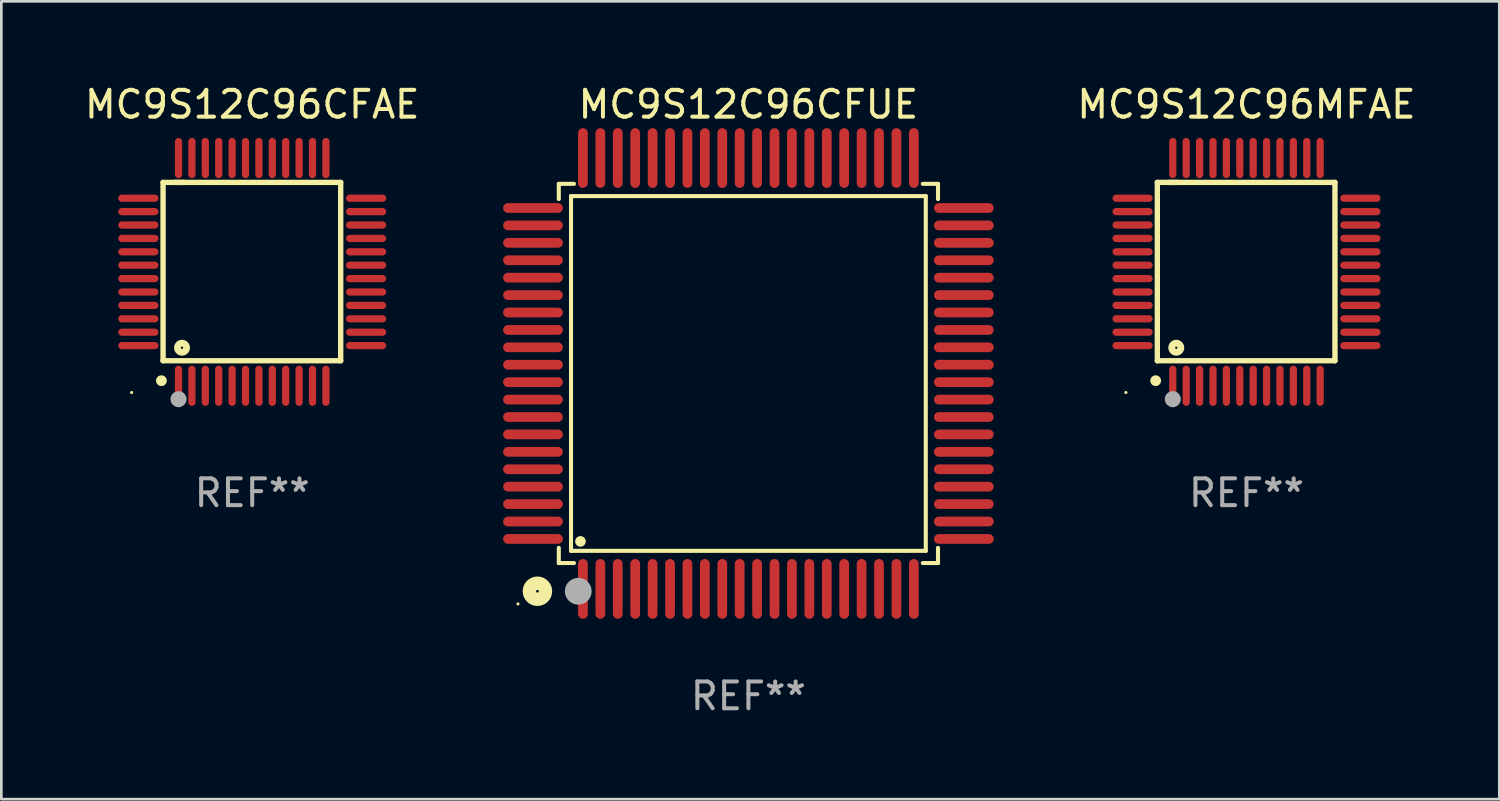
<source format=kicad_pcb>
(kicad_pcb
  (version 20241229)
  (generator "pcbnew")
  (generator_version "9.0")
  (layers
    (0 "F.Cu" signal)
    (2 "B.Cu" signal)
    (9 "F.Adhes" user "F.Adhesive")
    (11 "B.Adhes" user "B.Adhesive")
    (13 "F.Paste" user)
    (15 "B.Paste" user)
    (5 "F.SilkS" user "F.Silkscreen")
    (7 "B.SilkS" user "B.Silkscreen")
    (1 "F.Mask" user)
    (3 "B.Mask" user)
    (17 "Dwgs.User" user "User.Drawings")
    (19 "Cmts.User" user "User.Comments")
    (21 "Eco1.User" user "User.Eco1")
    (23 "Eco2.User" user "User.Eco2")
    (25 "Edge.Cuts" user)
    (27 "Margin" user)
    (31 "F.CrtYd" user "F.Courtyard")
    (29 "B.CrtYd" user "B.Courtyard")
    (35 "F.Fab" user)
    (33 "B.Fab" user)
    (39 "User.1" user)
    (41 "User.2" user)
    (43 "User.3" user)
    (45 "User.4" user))
  (footprint "MC9S12C96CFAE"
    (layer "F.Cu")
    (at 6.363 7.098)
    (property "Reference" "MC9S12C96CFAE" (at 0 -6.25 0) (layer "F.SilkS") (effects (font (size 1 1) (thickness 0.15))))
    (attr through_hole)
    (fp_line (start -3.327 -3.34) (end -2.565 -3.34) (stroke (width 0.2) (type solid)) (layer "F.SilkS"))
    (fp_line (start -3.327 3.315) (end -3.327 -3.34) (stroke (width 0.2) (type solid)) (layer "F.SilkS"))
    (fp_line (start -2.896 -3.34) (end 3.302 -3.34) (stroke (width 0.2) (type solid)) (layer "F.SilkS"))
    (fp_line (start 3.302 -3.34) (end 3.302 3.315) (stroke (width 0.2) (type solid)) (layer "F.SilkS"))
    (fp_line (start 3.302 3.315) (end -3.327 3.315) (stroke (width 0.2) (type solid)) (layer "F.SilkS"))
    (fp_arc (start -3.389992 4.059995) (mid -3.388722 4.059991) (end -3.387452 4.059995) (stroke (width 0.4) (type solid)) (layer "F.SilkS"))
    (fp_circle (center -4.5 4.5) (end -4.47 4.5) (stroke (width 0.06) (type solid)) (fill no) (layer "F.SilkS"))
    (fp_circle (center -2.62 2.83) (end -2.45 2.83) (stroke (width 0.254) (type solid)) (fill no) (layer "F.SilkS"))
    (fp_circle (center -2.75 4.75) (end -2.6 4.75) (stroke (width 0.3) (type solid)) (fill no) (layer "F.Fab"))
    (fp_text user "REF**" (at 0 8.25 0) (layer "F.Fab") (effects (font (size 1 1) (thickness 0.15))))
    (pad "1" smd oval (at -2.75 4.25) (size 0.27 1.5) (layers "F.Cu" "F.Mask" "F.Paste"))
    (pad "2" smd oval (at -2.25 4.25) (size 0.27 1.5) (layers "F.Cu" "F.Mask" "F.Paste"))
    (pad "3" smd oval (at -1.75 4.25) (size 0.27 1.5) (layers "F.Cu" "F.Mask" "F.Paste"))
    (pad "4" smd oval (at -1.25 4.25) (size 0.27 1.5) (layers "F.Cu" "F.Mask" "F.Paste"))
    (pad "5" smd oval (at -0.75 4.25) (size 0.27 1.5) (layers "F.Cu" "F.Mask" "F.Paste"))
    (pad "6" smd oval (at -0.25 4.25) (size 0.27 1.5) (layers "F.Cu" "F.Mask" "F.Paste"))
    (pad "7" smd oval (at 0.25 4.25) (size 0.27 1.5) (layers "F.Cu" "F.Mask" "F.Paste"))
    (pad "8" smd oval (at 0.75 4.25) (size 0.27 1.5) (layers "F.Cu" "F.Mask" "F.Paste"))
    (pad "9" smd oval (at 1.25 4.25) (size 0.27 1.5) (layers "F.Cu" "F.Mask" "F.Paste"))
    (pad "10" smd oval (at 1.75 4.25) (size 0.27 1.5) (layers "F.Cu" "F.Mask" "F.Paste"))
    (pad "11" smd oval (at 2.25 4.25) (size 0.27 1.5) (layers "F.Cu" "F.Mask" "F.Paste"))
    (pad "12" smd oval (at 2.75 4.25) (size 0.27 1.5) (layers "F.Cu" "F.Mask" "F.Paste"))
    (pad "13" smd oval (at 4.25 2.75) (size 1.5 0.27) (layers "F.Cu" "F.Mask" "F.Paste"))
    (pad "14" smd oval (at 4.25 2.25) (size 1.5 0.27) (layers "F.Cu" "F.Mask" "F.Paste"))
    (pad "15" smd oval (at 4.25 1.75) (size 1.5 0.27) (layers "F.Cu" "F.Mask" "F.Paste"))
    (pad "16" smd oval (at 4.25 1.25) (size 1.5 0.27) (layers "F.Cu" "F.Mask" "F.Paste"))
    (pad "17" smd oval (at 4.25 0.75) (size 1.5 0.27) (layers "F.Cu" "F.Mask" "F.Paste"))
    (pad "18" smd oval (at 4.25 0.25) (size 1.5 0.27) (layers "F.Cu" "F.Mask" "F.Paste"))
    (pad "19" smd oval (at 4.25 -0.25) (size 1.5 0.27) (layers "F.Cu" "F.Mask" "F.Paste"))
    (pad "20" smd oval (at 4.25 -0.75) (size 1.5 0.27) (layers "F.Cu" "F.Mask" "F.Paste"))
    (pad "21" smd oval (at 4.25 -1.25) (size 1.5 0.27) (layers "F.Cu" "F.Mask" "F.Paste"))
    (pad "22" smd oval (at 4.25 -1.75) (size 1.5 0.27) (layers "F.Cu" "F.Mask" "F.Paste"))
    (pad "23" smd oval (at 4.25 -2.25) (size 1.5 0.27) (layers "F.Cu" "F.Mask" "F.Paste"))
    (pad "24" smd oval (at 4.25 -2.75) (size 1.5 0.27) (layers "F.Cu" "F.Mask" "F.Paste"))
    (pad "25" smd oval (at 2.75 -4.25) (size 0.27 1.5) (layers "F.Cu" "F.Mask" "F.Paste"))
    (pad "26" smd oval (at 2.25 -4.25) (size 0.27 1.5) (layers "F.Cu" "F.Mask" "F.Paste"))
    (pad "27" smd oval (at 1.75 -4.25) (size 0.27 1.5) (layers "F.Cu" "F.Mask" "F.Paste"))
    (pad "28" smd oval (at 1.25 -4.25) (size 0.27 1.5) (layers "F.Cu" "F.Mask" "F.Paste"))
    (pad "29" smd oval (at 0.75 -4.25) (size 0.27 1.5) (layers "F.Cu" "F.Mask" "F.Paste"))
    (pad "30" smd oval (at 0.25 -4.25) (size 0.27 1.5) (layers "F.Cu" "F.Mask" "F.Paste"))
    (pad "31" smd oval (at -0.25 -4.25) (size 0.27 1.5) (layers "F.Cu" "F.Mask" "F.Paste"))
    (pad "32" smd oval (at -0.75 -4.25) (size 0.27 1.5) (layers "F.Cu" "F.Mask" "F.Paste"))
    (pad "33" smd oval (at -1.25 -4.25) (size 0.27 1.5) (layers "F.Cu" "F.Mask" "F.Paste"))
    (pad "34" smd oval (at -1.75 -4.25) (size 0.27 1.5) (layers "F.Cu" "F.Mask" "F.Paste"))
    (pad "35" smd oval (at -2.25 -4.25) (size 0.27 1.5) (layers "F.Cu" "F.Mask" "F.Paste"))
    (pad "36" smd oval (at -2.75 -4.25) (size 0.27 1.5) (layers "F.Cu" "F.Mask" "F.Paste"))
    (pad "37" smd oval (at -4.25 -2.75) (size 1.5 0.27) (layers "F.Cu" "F.Mask" "F.Paste"))
    (pad "38" smd oval (at -4.25 -2.25) (size 1.5 0.27) (layers "F.Cu" "F.Mask" "F.Paste"))
    (pad "39" smd oval (at -4.25 -1.75) (size 1.5 0.27) (layers "F.Cu" "F.Mask" "F.Paste"))
    (pad "40" smd oval (at -4.25 -1.25) (size 1.5 0.27) (layers "F.Cu" "F.Mask" "F.Paste"))
    (pad "41" smd oval (at -4.25 -0.75) (size 1.5 0.27) (layers "F.Cu" "F.Mask" "F.Paste"))
    (pad "42" smd oval (at -4.25 -0.25) (size 1.5 0.27) (layers "F.Cu" "F.Mask" "F.Paste"))
    (pad "43" smd oval (at -4.25 0.25) (size 1.5 0.27) (layers "F.Cu" "F.Mask" "F.Paste"))
    (pad "44" smd oval (at -4.25 0.75) (size 1.5 0.27) (layers "F.Cu" "F.Mask" "F.Paste"))
    (pad "45" smd oval (at -4.25 1.25) (size 1.5 0.27) (layers "F.Cu" "F.Mask" "F.Paste"))
    (pad "46" smd oval (at -4.25 1.75) (size 1.5 0.27) (layers "F.Cu" "F.Mask" "F.Paste"))
    (pad "47" smd oval (at -4.25 2.25) (size 1.5 0.27) (layers "F.Cu" "F.Mask" "F.Paste"))
    (pad "48" smd oval (at -4.25 2.75) (size 1.5 0.27) (layers "F.Cu" "F.Mask" "F.Paste")))
  (footprint "MC9S12C96MFAE"
    (layer "F.Cu")
    (at 43.47 7.098)
    (property "Reference" "MC9S12C96MFAE" (at 0 -6.25 0) (layer "F.SilkS") (effects (font (size 1 1) (thickness 0.15))))
    (attr through_hole)
    (fp_line (start -3.327 -3.34) (end -2.565 -3.34) (stroke (width 0.2) (type solid)) (layer "F.SilkS"))
    (fp_line (start -3.327 3.315) (end -3.327 -3.34) (stroke (width 0.2) (type solid)) (layer "F.SilkS"))
    (fp_line (start -2.896 -3.34) (end 3.302 -3.34) (stroke (width 0.2) (type solid)) (layer "F.SilkS"))
    (fp_line (start 3.302 -3.34) (end 3.302 3.315) (stroke (width 0.2) (type solid)) (layer "F.SilkS"))
    (fp_line (start 3.302 3.315) (end -3.327 3.315) (stroke (width 0.2) (type solid)) (layer "F.SilkS"))
    (fp_arc (start -3.389992 4.059995) (mid -3.388722 4.059991) (end -3.387452 4.059995) (stroke (width 0.4) (type solid)) (layer "F.SilkS"))
    (fp_circle (center -4.5 4.5) (end -4.47 4.5) (stroke (width 0.06) (type solid)) (fill no) (layer "F.SilkS"))
    (fp_circle (center -2.62 2.83) (end -2.45 2.83) (stroke (width 0.254) (type solid)) (fill no) (layer "F.SilkS"))
    (fp_circle (center -2.75 4.75) (end -2.6 4.75) (stroke (width 0.3) (type solid)) (fill no) (layer "F.Fab"))
    (fp_text user "REF**" (at 0 8.25 0) (layer "F.Fab") (effects (font (size 1 1) (thickness 0.15))))
    (pad "1" smd oval (at -2.75 4.25) (size 0.27 1.5) (layers "F.Cu" "F.Mask" "F.Paste"))
    (pad "2" smd oval (at -2.25 4.25) (size 0.27 1.5) (layers "F.Cu" "F.Mask" "F.Paste"))
    (pad "3" smd oval (at -1.75 4.25) (size 0.27 1.5) (layers "F.Cu" "F.Mask" "F.Paste"))
    (pad "4" smd oval (at -1.25 4.25) (size 0.27 1.5) (layers "F.Cu" "F.Mask" "F.Paste"))
    (pad "5" smd oval (at -0.75 4.25) (size 0.27 1.5) (layers "F.Cu" "F.Mask" "F.Paste"))
    (pad "6" smd oval (at -0.25 4.25) (size 0.27 1.5) (layers "F.Cu" "F.Mask" "F.Paste"))
    (pad "7" smd oval (at 0.25 4.25) (size 0.27 1.5) (layers "F.Cu" "F.Mask" "F.Paste"))
    (pad "8" smd oval (at 0.75 4.25) (size 0.27 1.5) (layers "F.Cu" "F.Mask" "F.Paste"))
    (pad "9" smd oval (at 1.25 4.25) (size 0.27 1.5) (layers "F.Cu" "F.Mask" "F.Paste"))
    (pad "10" smd oval (at 1.75 4.25) (size 0.27 1.5) (layers "F.Cu" "F.Mask" "F.Paste"))
    (pad "11" smd oval (at 2.25 4.25) (size 0.27 1.5) (layers "F.Cu" "F.Mask" "F.Paste"))
    (pad "12" smd oval (at 2.75 4.25) (size 0.27 1.5) (layers "F.Cu" "F.Mask" "F.Paste"))
    (pad "13" smd oval (at 4.25 2.75) (size 1.5 0.27) (layers "F.Cu" "F.Mask" "F.Paste"))
    (pad "14" smd oval (at 4.25 2.25) (size 1.5 0.27) (layers "F.Cu" "F.Mask" "F.Paste"))
    (pad "15" smd oval (at 4.25 1.75) (size 1.5 0.27) (layers "F.Cu" "F.Mask" "F.Paste"))
    (pad "16" smd oval (at 4.25 1.25) (size 1.5 0.27) (layers "F.Cu" "F.Mask" "F.Paste"))
    (pad "17" smd oval (at 4.25 0.75) (size 1.5 0.27) (layers "F.Cu" "F.Mask" "F.Paste"))
    (pad "18" smd oval (at 4.25 0.25) (size 1.5 0.27) (layers "F.Cu" "F.Mask" "F.Paste"))
    (pad "19" smd oval (at 4.25 -0.25) (size 1.5 0.27) (layers "F.Cu" "F.Mask" "F.Paste"))
    (pad "20" smd oval (at 4.25 -0.75) (size 1.5 0.27) (layers "F.Cu" "F.Mask" "F.Paste"))
    (pad "21" smd oval (at 4.25 -1.25) (size 1.5 0.27) (layers "F.Cu" "F.Mask" "F.Paste"))
    (pad "22" smd oval (at 4.25 -1.75) (size 1.5 0.27) (layers "F.Cu" "F.Mask" "F.Paste"))
    (pad "23" smd oval (at 4.25 -2.25) (size 1.5 0.27) (layers "F.Cu" "F.Mask" "F.Paste"))
    (pad "24" smd oval (at 4.25 -2.75) (size 1.5 0.27) (layers "F.Cu" "F.Mask" "F.Paste"))
    (pad "25" smd oval (at 2.75 -4.25) (size 0.27 1.5) (layers "F.Cu" "F.Mask" "F.Paste"))
    (pad "26" smd oval (at 2.25 -4.25) (size 0.27 1.5) (layers "F.Cu" "F.Mask" "F.Paste"))
    (pad "27" smd oval (at 1.75 -4.25) (size 0.27 1.5) (layers "F.Cu" "F.Mask" "F.Paste"))
    (pad "28" smd oval (at 1.25 -4.25) (size 0.27 1.5) (layers "F.Cu" "F.Mask" "F.Paste"))
    (pad "29" smd oval (at 0.75 -4.25) (size 0.27 1.5) (layers "F.Cu" "F.Mask" "F.Paste"))
    (pad "30" smd oval (at 0.25 -4.25) (size 0.27 1.5) (layers "F.Cu" "F.Mask" "F.Paste"))
    (pad "31" smd oval (at -0.25 -4.25) (size 0.27 1.5) (layers "F.Cu" "F.Mask" "F.Paste"))
    (pad "32" smd oval (at -0.75 -4.25) (size 0.27 1.5) (layers "F.Cu" "F.Mask" "F.Paste"))
    (pad "33" smd oval (at -1.25 -4.25) (size 0.27 1.5) (layers "F.Cu" "F.Mask" "F.Paste"))
    (pad "34" smd oval (at -1.75 -4.25) (size 0.27 1.5) (layers "F.Cu" "F.Mask" "F.Paste"))
    (pad "35" smd oval (at -2.25 -4.25) (size 0.27 1.5) (layers "F.Cu" "F.Mask" "F.Paste"))
    (pad "36" smd oval (at -2.75 -4.25) (size 0.27 1.5) (layers "F.Cu" "F.Mask" "F.Paste"))
    (pad "37" smd oval (at -4.25 -2.75) (size 1.5 0.27) (layers "F.Cu" "F.Mask" "F.Paste"))
    (pad "38" smd oval (at -4.25 -2.25) (size 1.5 0.27) (layers "F.Cu" "F.Mask" "F.Paste"))
    (pad "39" smd oval (at -4.25 -1.75) (size 1.5 0.27) (layers "F.Cu" "F.Mask" "F.Paste"))
    (pad "40" smd oval (at -4.25 -1.25) (size 1.5 0.27) (layers "F.Cu" "F.Mask" "F.Paste"))
    (pad "41" smd oval (at -4.25 -0.75) (size 1.5 0.27) (layers "F.Cu" "F.Mask" "F.Paste"))
    (pad "42" smd oval (at -4.25 -0.25) (size 1.5 0.27) (layers "F.Cu" "F.Mask" "F.Paste"))
    (pad "43" smd oval (at -4.25 0.25) (size 1.5 0.27) (layers "F.Cu" "F.Mask" "F.Paste"))
    (pad "44" smd oval (at -4.25 0.75) (size 1.5 0.27) (layers "F.Cu" "F.Mask" "F.Paste"))
    (pad "45" smd oval (at -4.25 1.25) (size 1.5 0.27) (layers "F.Cu" "F.Mask" "F.Paste"))
    (pad "46" smd oval (at -4.25 1.75) (size 1.5 0.27) (layers "F.Cu" "F.Mask" "F.Paste"))
    (pad "47" smd oval (at -4.25 2.25) (size 1.5 0.27) (layers "F.Cu" "F.Mask" "F.Paste"))
    (pad "48" smd oval (at -4.25 2.75) (size 1.5 0.27) (layers "F.Cu" "F.Mask" "F.Paste")))
  (footprint "MC9S12C96CFUE"
    (layer "F.Cu")
    (at 24.881 10.888)
    (property "Reference" "MC9S12C96CFUE" (at 0 -10.04 0) (layer "F.SilkS") (effects (font (size 1 1) (thickness 0.15))))
    (attr through_hole)
    (fp_line (start -7.076 -7.076) (end -7.076 -6.509) (stroke (width 0.152) (type solid)) (layer "F.SilkS"))
    (fp_line (start -7.076 7.076) (end -7.076 6.509) (stroke (width 0.152) (type solid)) (layer "F.SilkS"))
    (fp_line (start -6.62 -6.62) (end 6.62 -6.62) (stroke (width 0.152) (type solid)) (layer "F.SilkS"))
    (fp_line (start -6.62 6.62) (end -6.62 -6.62) (stroke (width 0.152) (type solid)) (layer "F.SilkS"))
    (fp_line (start -6.509 -7.076) (end -7.076 -7.076) (stroke (width 0.152) (type solid)) (layer "F.SilkS"))
    (fp_line (start -6.509 7.076) (end -7.076 7.076) (stroke (width 0.152) (type solid)) (layer "F.SilkS"))
    (fp_line (start 6.509 -7.076) (end 7.076 -7.076) (stroke (width 0.152) (type solid)) (layer "F.SilkS"))
    (fp_line (start 6.509 7.076) (end 7.076 7.076) (stroke (width 0.152) (type solid)) (layer "F.SilkS"))
    (fp_line (start 6.62 -6.62) (end 6.62 6.62) (stroke (width 0.152) (type solid)) (layer "F.SilkS"))
    (fp_line (start 6.62 6.62) (end -6.62 6.62) (stroke (width 0.152) (type solid)) (layer "F.SilkS"))
    (fp_line (start 7.076 -7.076) (end 7.076 -6.509) (stroke (width 0.152) (type solid)) (layer "F.SilkS"))
    (fp_line (start 7.076 7.076) (end 7.076 6.509) (stroke (width 0.152) (type solid)) (layer "F.SilkS"))
    (fp_circle (center -8.6 8.6) (end -8.57 8.6) (stroke (width 0.06) (type solid)) (fill no) (layer "F.SilkS"))
    (fp_circle (center -7.874 8.128) (end -7.574 8.128) (stroke (width 0.5) (type solid)) (fill no) (layer "F.SilkS"))
    (fp_circle (center -6.268 6.268) (end -6.168 6.268) (stroke (width 0.2) (type solid)) (fill no) (layer "F.SilkS"))
    (fp_circle (center -6.35 8.128) (end -6.1 8.128) (stroke (width 0.5) (type solid)) (fill no) (layer "F.Fab"))
    (fp_text user "REF**" (at 0 12.04 0) (layer "F.Fab") (effects (font (size 1 1) (thickness 0.15))))
    (pad "1" smd oval (at -6.175 8.04) (size 0.364 2.23) (layers "F.Cu" "F.Mask" "F.Paste"))
    (pad "2" smd oval (at -5.525 8.04) (size 0.364 2.23) (layers "F.Cu" "F.Mask" "F.Paste"))
    (pad "3" smd oval (at -4.875 8.04) (size 0.364 2.23) (layers "F.Cu" "F.Mask" "F.Paste"))
    (pad "4" smd oval (at -4.225 8.04) (size 0.364 2.23) (layers "F.Cu" "F.Mask" "F.Paste"))
    (pad "5" smd oval (at -3.575 8.04) (size 0.364 2.23) (layers "F.Cu" "F.Mask" "F.Paste"))
    (pad "6" smd oval (at -2.925 8.04) (size 0.364 2.23) (layers "F.Cu" "F.Mask" "F.Paste"))
    (pad "7" smd oval (at -2.275 8.04) (size 0.364 2.23) (layers "F.Cu" "F.Mask" "F.Paste"))
    (pad "8" smd oval (at -1.625 8.04) (size 0.364 2.23) (layers "F.Cu" "F.Mask" "F.Paste"))
    (pad "9" smd oval (at -0.975 8.04) (size 0.364 2.23) (layers "F.Cu" "F.Mask" "F.Paste"))
    (pad "10" smd oval (at -0.325 8.04) (size 0.364 2.23) (layers "F.Cu" "F.Mask" "F.Paste"))
    (pad "11" smd oval (at 0.325 8.04) (size 0.364 2.23) (layers "F.Cu" "F.Mask" "F.Paste"))
    (pad "12" smd oval (at 0.975 8.04) (size 0.364 2.23) (layers "F.Cu" "F.Mask" "F.Paste"))
    (pad "13" smd oval (at 1.625 8.04) (size 0.364 2.23) (layers "F.Cu" "F.Mask" "F.Paste"))
    (pad "14" smd oval (at 2.275 8.04) (size 0.364 2.23) (layers "F.Cu" "F.Mask" "F.Paste"))
    (pad "15" smd oval (at 2.925 8.04) (size 0.364 2.23) (layers "F.Cu" "F.Mask" "F.Paste"))
    (pad "16" smd oval (at 3.575 8.04) (size 0.364 2.23) (layers "F.Cu" "F.Mask" "F.Paste"))
    (pad "17" smd oval (at 4.225 8.04) (size 0.364 2.23) (layers "F.Cu" "F.Mask" "F.Paste"))
    (pad "18" smd oval (at 4.875 8.04) (size 0.364 2.23) (layers "F.Cu" "F.Mask" "F.Paste"))
    (pad "19" smd oval (at 5.525 8.04) (size 0.364 2.23) (layers "F.Cu" "F.Mask" "F.Paste"))
    (pad "20" smd oval (at 6.175 8.04) (size 0.364 2.23) (layers "F.Cu" "F.Mask" "F.Paste"))
    (pad "21" smd oval (at 8.04 6.175) (size 2.23 0.364) (layers "F.Cu" "F.Mask" "F.Paste"))
    (pad "22" smd oval (at 8.04 5.525) (size 2.23 0.364) (layers "F.Cu" "F.Mask" "F.Paste"))
    (pad "23" smd oval (at 8.04 4.875) (size 2.23 0.364) (layers "F.Cu" "F.Mask" "F.Paste"))
    (pad "24" smd oval (at 8.04 4.225) (size 2.23 0.364) (layers "F.Cu" "F.Mask" "F.Paste"))
    (pad "25" smd oval (at 8.04 3.575) (size 2.23 0.364) (layers "F.Cu" "F.Mask" "F.Paste"))
    (pad "26" smd oval (at 8.04 2.925) (size 2.23 0.364) (layers "F.Cu" "F.Mask" "F.Paste"))
    (pad "27" smd oval (at 8.04 2.275) (size 2.23 0.364) (layers "F.Cu" "F.Mask" "F.Paste"))
    (pad "28" smd oval (at 8.04 1.625) (size 2.23 0.364) (layers "F.Cu" "F.Mask" "F.Paste"))
    (pad "29" smd oval (at 8.04 0.975) (size 2.23 0.364) (layers "F.Cu" "F.Mask" "F.Paste"))
    (pad "30" smd oval (at 8.04 0.325) (size 2.23 0.364) (layers "F.Cu" "F.Mask" "F.Paste"))
    (pad "31" smd oval (at 8.04 -0.325) (size 2.23 0.364) (layers "F.Cu" "F.Mask" "F.Paste"))
    (pad "32" smd oval (at 8.04 -0.975) (size 2.23 0.364) (layers "F.Cu" "F.Mask" "F.Paste"))
    (pad "33" smd oval (at 8.04 -1.625) (size 2.23 0.364) (layers "F.Cu" "F.Mask" "F.Paste"))
    (pad "34" smd oval (at 8.04 -2.275) (size 2.23 0.364) (layers "F.Cu" "F.Mask" "F.Paste"))
    (pad "35" smd oval (at 8.04 -2.925) (size 2.23 0.364) (layers "F.Cu" "F.Mask" "F.Paste"))
    (pad "36" smd oval (at 8.04 -3.575) (size 2.23 0.364) (layers "F.Cu" "F.Mask" "F.Paste"))
    (pad "37" smd oval (at 8.04 -4.225) (size 2.23 0.364) (layers "F.Cu" "F.Mask" "F.Paste"))
    (pad "38" smd oval (at 8.04 -4.875) (size 2.23 0.364) (layers "F.Cu" "F.Mask" "F.Paste"))
    (pad "39" smd oval (at 8.04 -5.525) (size 2.23 0.364) (layers "F.Cu" "F.Mask" "F.Paste"))
    (pad "40" smd oval (at 8.04 -6.175) (size 2.23 0.364) (layers "F.Cu" "F.Mask" "F.Paste"))
    (pad "41" smd oval (at 6.175 -8.04) (size 0.364 2.23) (layers "F.Cu" "F.Mask" "F.Paste"))
    (pad "42" smd oval (at 5.525 -8.04) (size 0.364 2.23) (layers "F.Cu" "F.Mask" "F.Paste"))
    (pad "43" smd oval (at 4.875 -8.04) (size 0.364 2.23) (layers "F.Cu" "F.Mask" "F.Paste"))
    (pad "44" smd oval (at 4.225 -8.04) (size 0.364 2.23) (layers "F.Cu" "F.Mask" "F.Paste"))
    (pad "45" smd oval (at 3.575 -8.04) (size 0.364 2.23) (layers "F.Cu" "F.Mask" "F.Paste"))
    (pad "46" smd oval (at 2.925 -8.04) (size 0.364 2.23) (layers "F.Cu" "F.Mask" "F.Paste"))
    (pad "47" smd oval (at 2.275 -8.04) (size 0.364 2.23) (layers "F.Cu" "F.Mask" "F.Paste"))
    (pad "48" smd oval (at 1.625 -8.04) (size 0.364 2.23) (layers "F.Cu" "F.Mask" "F.Paste"))
    (pad "49" smd oval (at 0.975 -8.04) (size 0.364 2.23) (layers "F.Cu" "F.Mask" "F.Paste"))
    (pad "50" smd oval (at 0.325 -8.04) (size 0.364 2.23) (layers "F.Cu" "F.Mask" "F.Paste"))
    (pad "51" smd oval (at -0.325 -8.04) (size 0.364 2.23) (layers "F.Cu" "F.Mask" "F.Paste"))
    (pad "52" smd oval (at -0.975 -8.04) (size 0.364 2.23) (layers "F.Cu" "F.Mask" "F.Paste"))
    (pad "53" smd oval (at -1.625 -8.04) (size 0.364 2.23) (layers "F.Cu" "F.Mask" "F.Paste"))
    (pad "54" smd oval (at -2.275 -8.04) (size 0.364 2.23) (layers "F.Cu" "F.Mask" "F.Paste"))
    (pad "55" smd oval (at -2.925 -8.04) (size 0.364 2.23) (layers "F.Cu" "F.Mask" "F.Paste"))
    (pad "56" smd oval (at -3.575 -8.04) (size 0.364 2.23) (layers "F.Cu" "F.Mask" "F.Paste"))
    (pad "57" smd oval (at -4.225 -8.04) (size 0.364 2.23) (layers "F.Cu" "F.Mask" "F.Paste"))
    (pad "58" smd oval (at -4.875 -8.04) (size 0.364 2.23) (layers "F.Cu" "F.Mask" "F.Paste"))
    (pad "59" smd oval (at -5.525 -8.04) (size 0.364 2.23) (layers "F.Cu" "F.Mask" "F.Paste"))
    (pad "60" smd oval (at -6.175 -8.04) (size 0.364 2.23) (layers "F.Cu" "F.Mask" "F.Paste"))
    (pad "61" smd oval (at -8.04 -6.175) (size 2.23 0.364) (layers "F.Cu" "F.Mask" "F.Paste"))
    (pad "62" smd oval (at -8.04 -5.525) (size 2.23 0.364) (layers "F.Cu" "F.Mask" "F.Paste"))
    (pad "63" smd oval (at -8.04 -4.875) (size 2.23 0.364) (layers "F.Cu" "F.Mask" "F.Paste"))
    (pad "64" smd oval (at -8.04 -4.225) (size 2.23 0.364) (layers "F.Cu" "F.Mask" "F.Paste"))
    (pad "65" smd oval (at -8.04 -3.575) (size 2.23 0.364) (layers "F.Cu" "F.Mask" "F.Paste"))
    (pad "66" smd oval (at -8.04 -2.925) (size 2.23 0.364) (layers "F.Cu" "F.Mask" "F.Paste"))
    (pad "67" smd oval (at -8.04 -2.275) (size 2.23 0.364) (layers "F.Cu" "F.Mask" "F.Paste"))
    (pad "68" smd oval (at -8.04 -1.625) (size 2.23 0.364) (layers "F.Cu" "F.Mask" "F.Paste"))
    (pad "69" smd oval (at -8.04 -0.975) (size 2.23 0.364) (layers "F.Cu" "F.Mask" "F.Paste"))
    (pad "70" smd oval (at -8.04 -0.325) (size 2.23 0.364) (layers "F.Cu" "F.Mask" "F.Paste"))
    (pad "71" smd oval (at -8.04 0.325) (size 2.23 0.364) (layers "F.Cu" "F.Mask" "F.Paste"))
    (pad "72" smd oval (at -8.04 0.975) (size 2.23 0.364) (layers "F.Cu" "F.Mask" "F.Paste"))
    (pad "73" smd oval (at -8.04 1.625) (size 2.23 0.364) (layers "F.Cu" "F.Mask" "F.Paste"))
    (pad "74" smd oval (at -8.04 2.275) (size 2.23 0.364) (layers "F.Cu" "F.Mask" "F.Paste"))
    (pad "75" smd oval (at -8.04 2.925) (size 2.23 0.364) (layers "F.Cu" "F.Mask" "F.Paste"))
    (pad "76" smd oval (at -8.04 3.575) (size 2.23 0.364) (layers "F.Cu" "F.Mask" "F.Paste"))
    (pad "77" smd oval (at -8.04 4.225) (size 2.23 0.364) (layers "F.Cu" "F.Mask" "F.Paste"))
    (pad "78" smd oval (at -8.04 4.875) (size 2.23 0.364) (layers "F.Cu" "F.Mask" "F.Paste"))
    (pad "79" smd oval (at -8.04 5.525) (size 2.23 0.364) (layers "F.Cu" "F.Mask" "F.Paste"))
    (pad "80" smd oval (at -8.04 6.175) (size 2.23 0.364) (layers "F.Cu" "F.Mask" "F.Paste")))
  (gr_rect
    (start -3 -3)
    (end 52.905 26.776)
    (stroke (width 0.1) (type default))
    (fill no)
    (layer "Edge.Cuts")))
</source>
